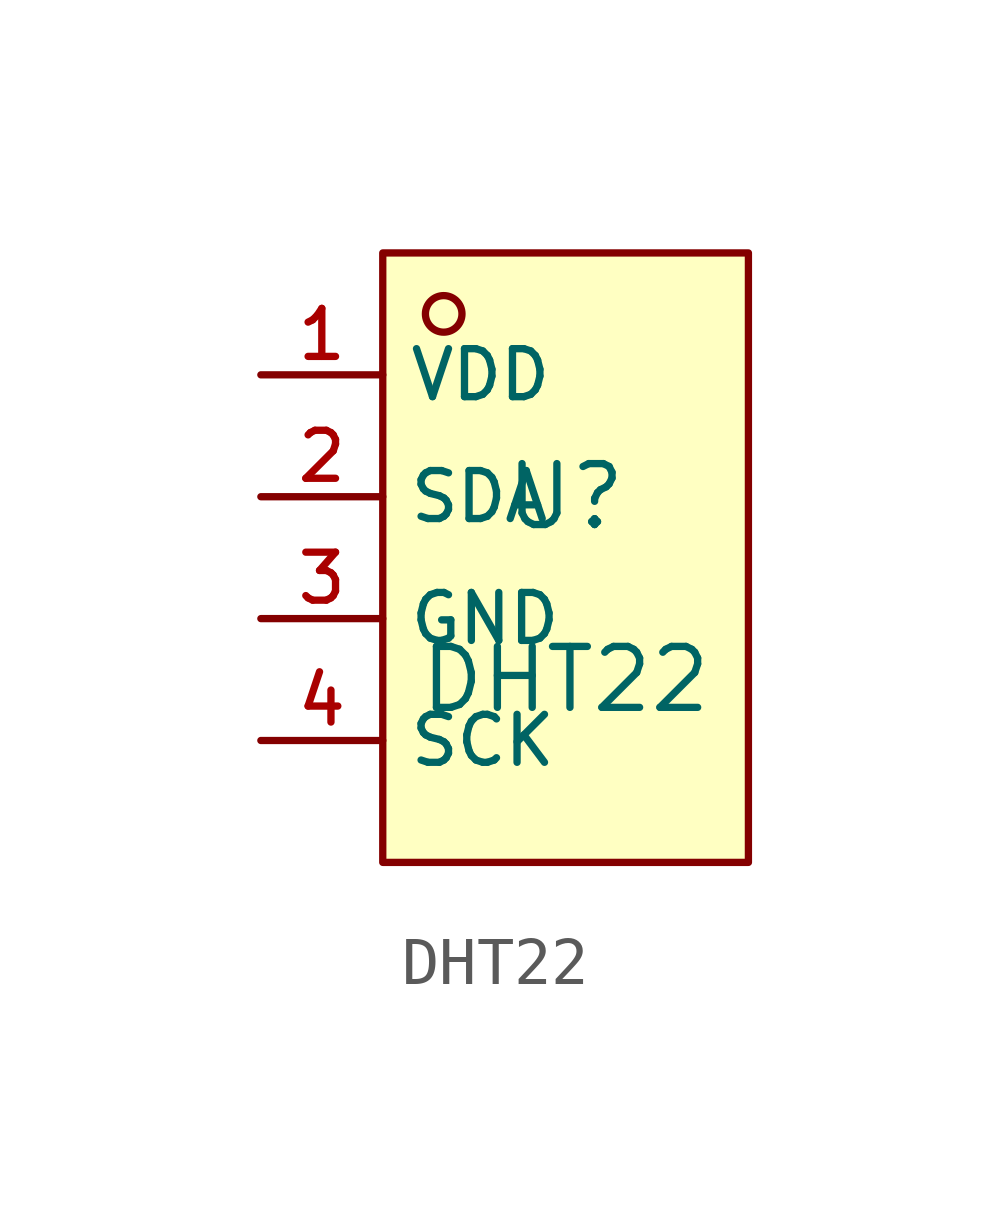
<source format=kicad_sym>
(kicad_symbol_lib
  (version 20210201)
  (generator TousstNicolas/JLC2KiCad_lib)
  (symbol "DHT22"
    (property "Reference" "U"
      (at 0 1.27 0)
      (effects (font (size 1.27 1.27))))
    (property "Value" "DHT22"
      (at 0 -2.54 0)
      (effects (font (size 1.27 1.27))))
    (symbol "DHT22_0_1"
      (rectangle (start -3.81 6.35) (end 3.81 -6.35) (stroke (width 0) (type default) (color 0 0 0 0)) (fill (type background)))
      (circle (center -2.54 5.08) (radius 0.381) (stroke (width 0) (type default) (color 0 0 0 0)) (fill (type background)))
      (pin unspecified line (at -6.35 3.81 0) (length 2.54) (name "VDD" (effects (font (size 1 1)))) (number "1" (effects (font (size 1 1)))))
      (pin unspecified line (at -6.35 1.27 0) (length 2.54) (name "SDA" (effects (font (size 1 1)))) (number "2" (effects (font (size 1 1)))))
      (pin unspecified line (at -6.35 -1.27 0) (length 2.54) (name "GND" (effects (font (size 1 1)))) (number "3" (effects (font (size 1 1)))))
      (pin unspecified line (at -6.35 -3.81 0) (length 2.54) (name "SCK" (effects (font (size 1 1)))) (number "4" (effects (font (size 1 1))))))))
</source>
